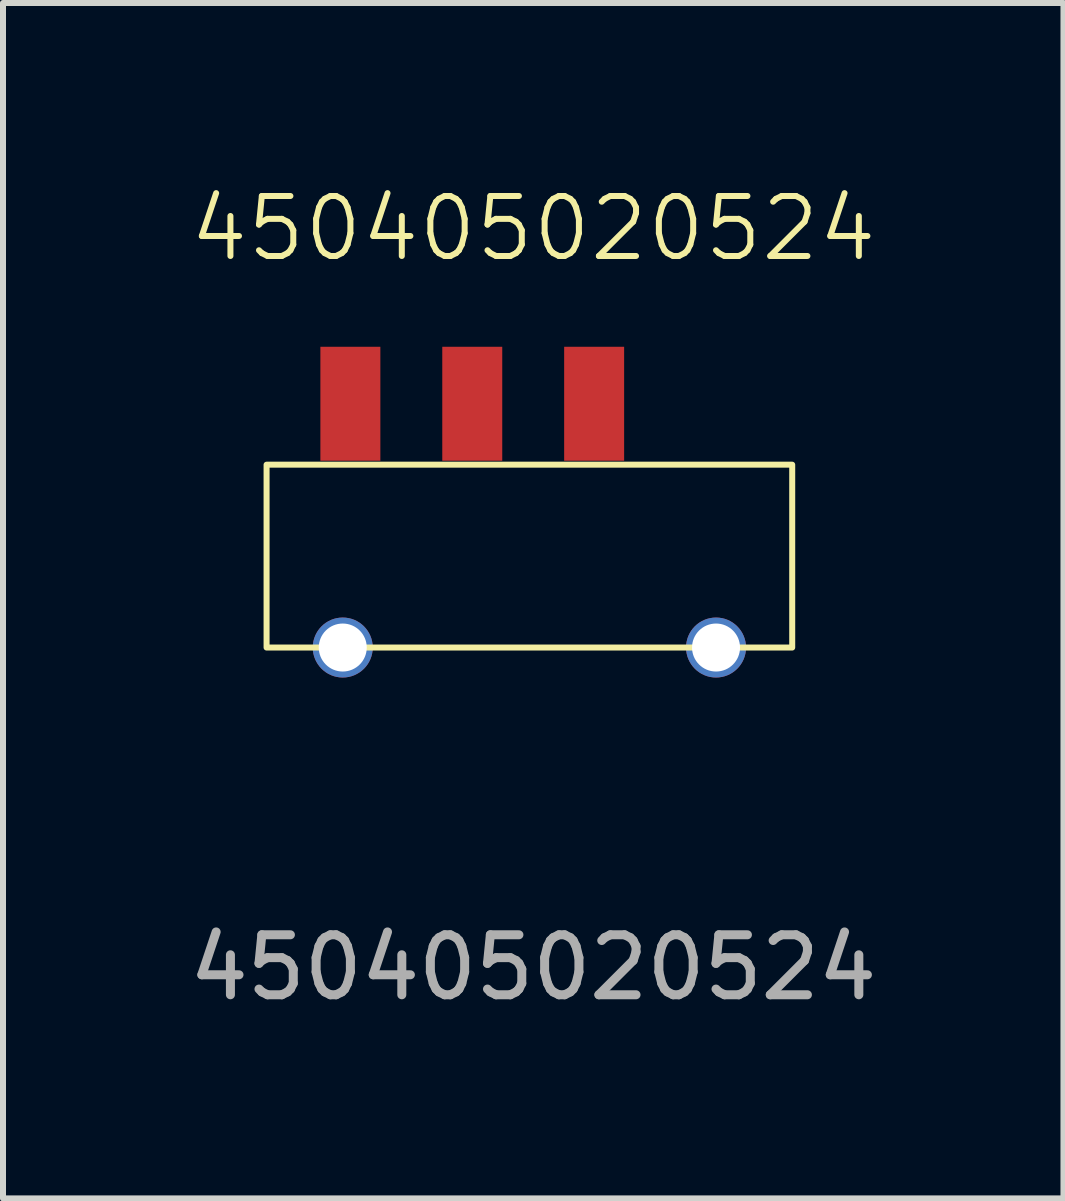
<source format=kicad_pcb>
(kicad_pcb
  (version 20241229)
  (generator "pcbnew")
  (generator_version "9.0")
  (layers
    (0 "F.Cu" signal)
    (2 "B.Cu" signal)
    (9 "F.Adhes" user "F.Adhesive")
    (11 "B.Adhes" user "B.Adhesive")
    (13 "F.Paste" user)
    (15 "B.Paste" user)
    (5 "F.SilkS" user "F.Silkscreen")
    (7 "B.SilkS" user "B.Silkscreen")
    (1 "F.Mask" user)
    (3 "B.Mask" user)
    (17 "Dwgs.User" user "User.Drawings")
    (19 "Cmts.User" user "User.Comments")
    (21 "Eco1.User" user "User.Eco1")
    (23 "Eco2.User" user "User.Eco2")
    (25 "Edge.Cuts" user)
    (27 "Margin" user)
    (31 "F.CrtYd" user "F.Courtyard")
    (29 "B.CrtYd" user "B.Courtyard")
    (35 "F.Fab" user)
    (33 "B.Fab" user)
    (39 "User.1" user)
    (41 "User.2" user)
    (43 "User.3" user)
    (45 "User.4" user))
  (footprint "450405020524"
    (layer "F.Cu")
    (at 5.839 7.745)
    (property "Reference" "450405020524" (at 0 -6.985 0) (unlocked yes) (layer "F.SilkS") (effects (font (size 1 1) (thickness 0.1))))
    (attr smd)
    (fp_rect (start -4.445 -3.048) (end 4.318 0) (stroke (width 0.1) (type default)) (fill no) (layer "F.SilkS"))
    (fp_text user "${REFERENCE}" (at 0 5.334 0) (unlocked yes) (layer "F.Fab") (effects (font (size 1 1) (thickness 0.15))))
    (pad "" np_thru_hole circle (at -3.175 0) (size 1 1) (drill 0.8) (layers "*.Cu" "*.Mask"))
    (pad "" np_thru_hole circle (at 3.048 0) (size 1 1) (drill 0.8) (layers "*.Cu" "*.Mask"))
    (pad "1" smd rect (at -3.048 -4.064) (size 1 1.9) (layers "F.Cu" "F.Mask" "F.Paste"))
    (pad "2" smd rect (at -1.016 -4.064) (size 1 1.9) (layers "F.Cu" "F.Mask" "F.Paste"))
    (pad "3" smd rect (at 1.016 -4.064) (size 1 1.9) (layers "F.Cu" "F.Mask" "F.Paste")))
  (gr_rect
    (start -3 -3)
    (end 14.679 16.928)
    (stroke (width 0.1) (type default))
    (fill no)
    (layer "Edge.Cuts")))
</source>
